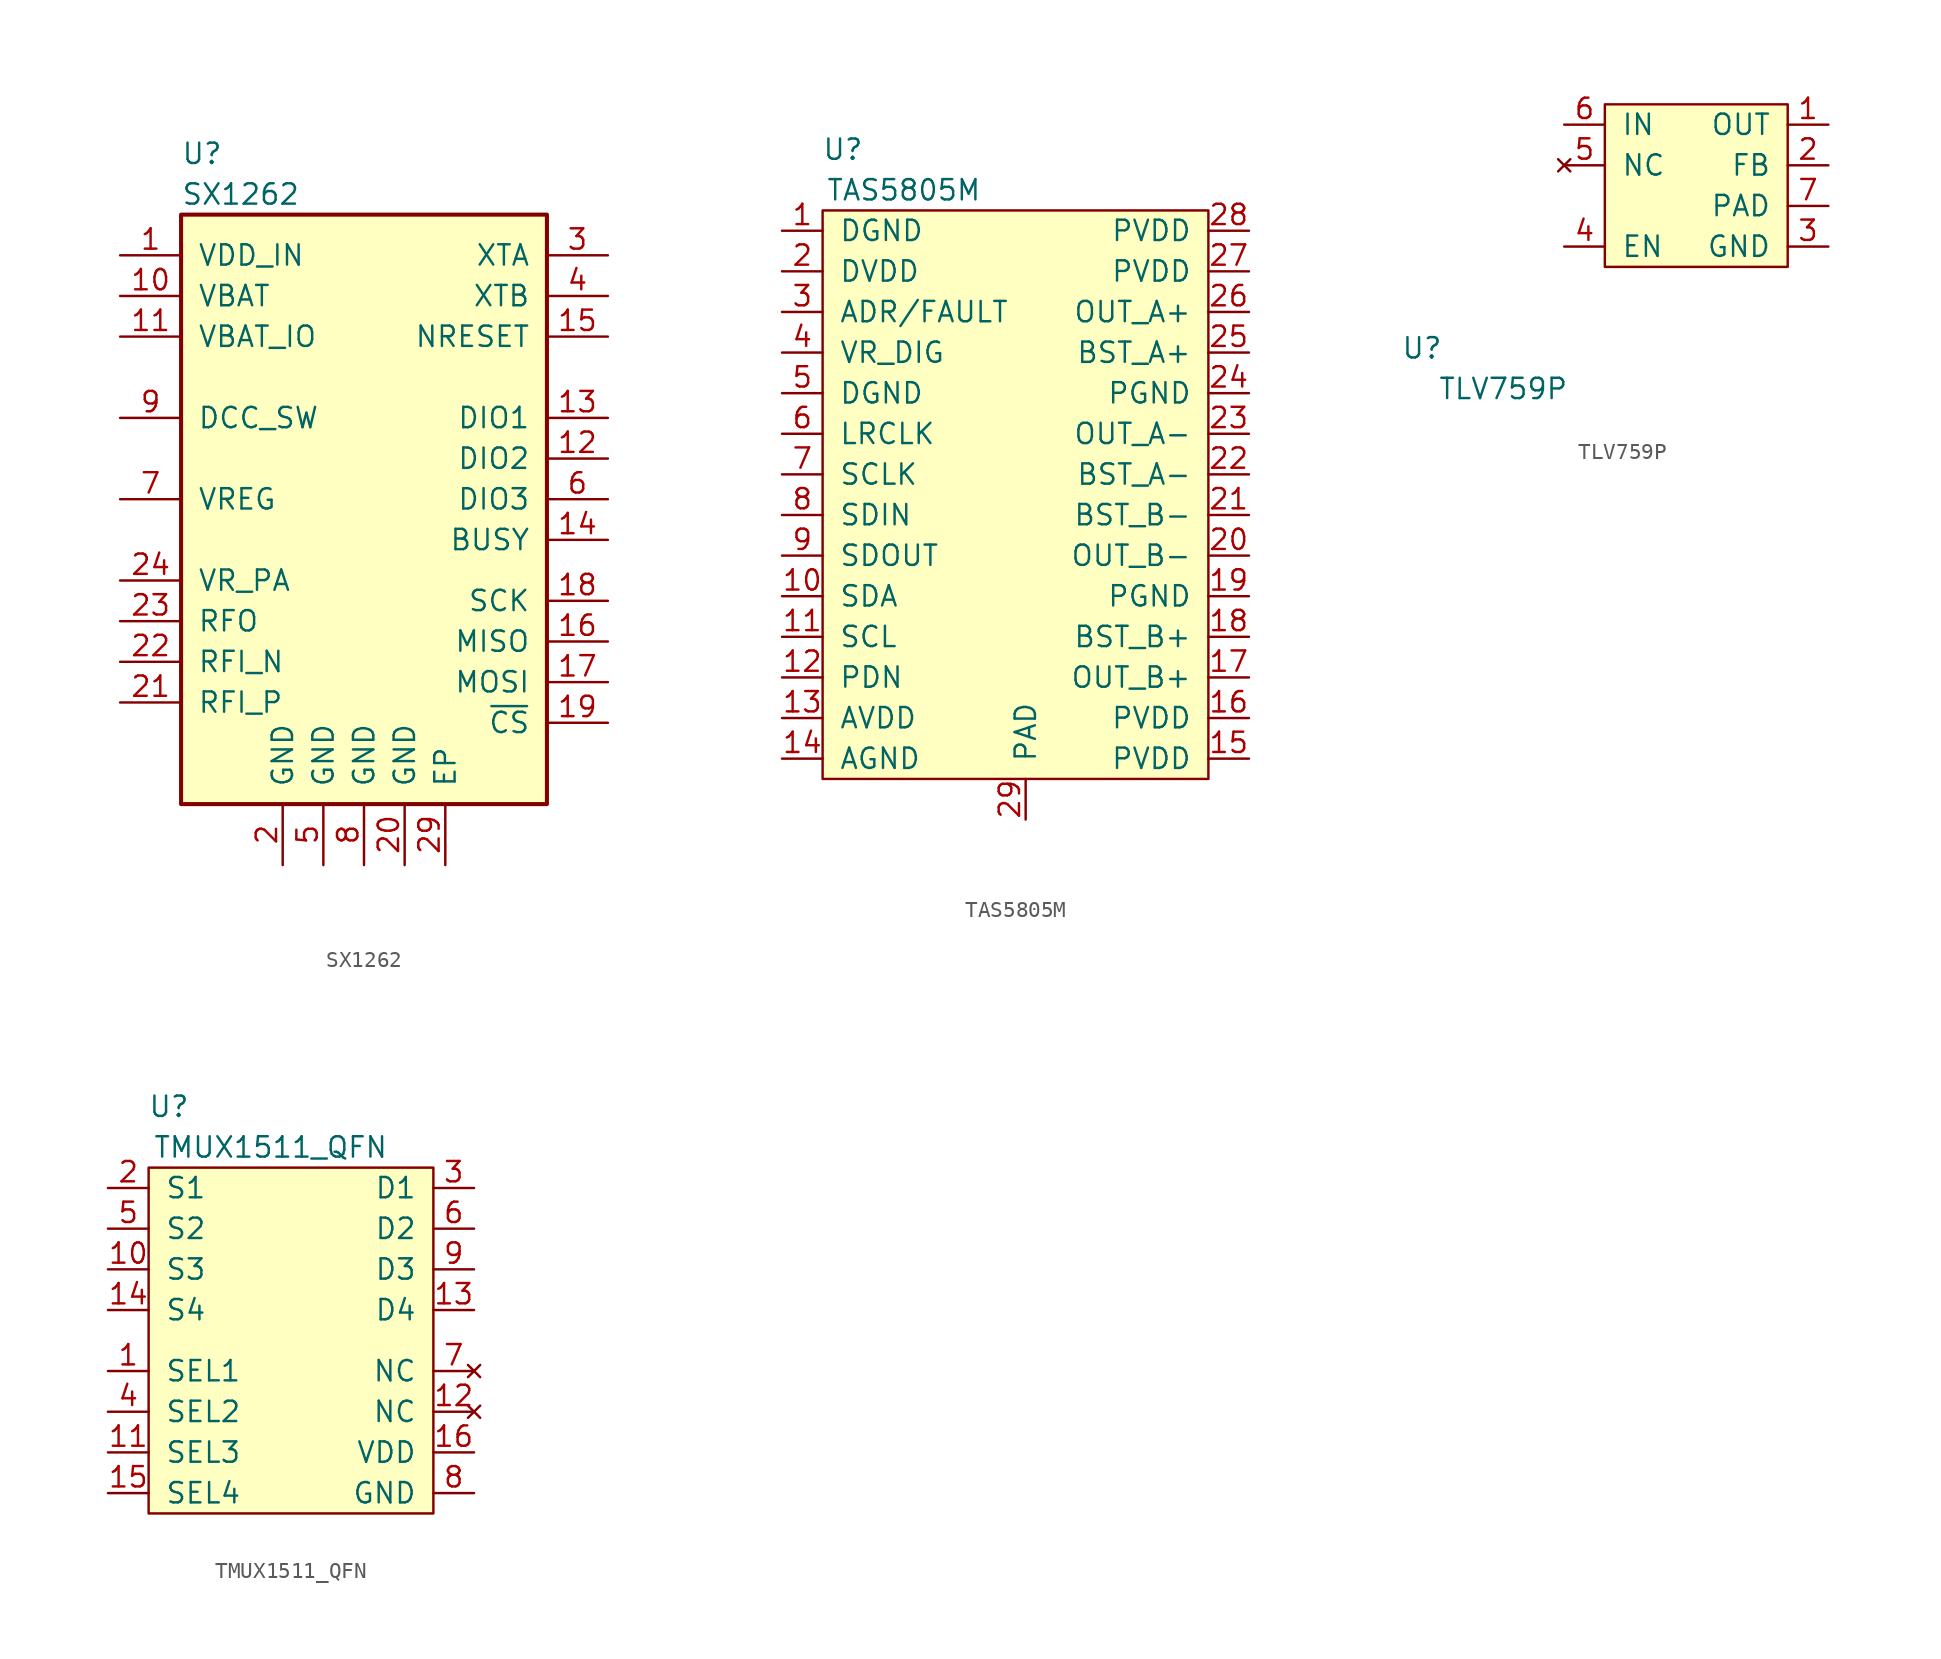
<source format=kicad_sym>
(kicad_symbol_lib
  (version 20211014)
  (generator kicad_symbol_editor)
  (symbol "SX1262"
    (pin_names
      (offset 1.016))
    (property "Reference" "U"
      (at -11.43 16.51 0)
      (effects (font (size 1.27 1.27)) (justify left)))
    (property "Value" "SX1262"
      (at -11.43 13.97 0)
      (effects (font (size 1.27 1.27)) (justify left)))
    (symbol "SX1262_0_1"
      (rectangle (start -11.43 12.7) (end 11.43 -24.13) (stroke (width 0.254) (type default) (color 0 0 0 0)) (fill (type background))))
    (symbol "SX1262_1_1"
      (pin power_in line (at -15.24 10.16 0) (length 3.81) (name "VDD_IN" (effects (font (size 1.27 1.27)))) (number "1" (effects (font (size 1.27 1.27)))))
      (pin power_in line (at -15.24 7.62 0) (length 3.81) (name "VBAT" (effects (font (size 1.27 1.27)))) (number "10" (effects (font (size 1.27 1.27)))))
      (pin power_in line (at -15.24 5.08 0) (length 3.81) (name "VBAT_IO" (effects (font (size 1.27 1.27)))) (number "11" (effects (font (size 1.27 1.27)))))
      (pin bidirectional line (at 15.24 -2.54 180) (length 3.81) (name "DIO2" (effects (font (size 1.27 1.27)))) (number "12" (effects (font (size 1.27 1.27)))))
      (pin bidirectional line (at 15.24 0 180) (length 3.81) (name "DIO1" (effects (font (size 1.27 1.27)))) (number "13" (effects (font (size 1.27 1.27)))))
      (pin bidirectional line (at 15.24 -7.62 180) (length 3.81) (name "BUSY" (effects (font (size 1.27 1.27)))) (number "14" (effects (font (size 1.27 1.27)))))
      (pin input line (at 15.24 5.08 180) (length 3.81) (name "NRESET" (effects (font (size 1.27 1.27)))) (number "15" (effects (font (size 1.27 1.27)))))
      (pin output line (at 15.24 -13.97 180) (length 3.81) (name "MISO" (effects (font (size 1.27 1.27)))) (number "16" (effects (font (size 1.27 1.27)))))
      (pin input line (at 15.24 -16.51 180) (length 3.81) (name "MOSI" (effects (font (size 1.27 1.27)))) (number "17" (effects (font (size 1.27 1.27)))))
      (pin input line (at 15.24 -11.43 180) (length 3.81) (name "SCK" (effects (font (size 1.27 1.27)))) (number "18" (effects (font (size 1.27 1.27)))))
      (pin input line (at 15.24 -19.05 180) (length 3.81) (name "~{CS}" (effects (font (size 1.27 1.27)))) (number "19" (effects (font (size 1.27 1.27)))))
      (pin power_in line (at -5.08 -27.94 90) (length 3.81) (name "GND" (effects (font (size 1.27 1.27)))) (number "2" (effects (font (size 1.27 1.27)))))
      (pin passive line (at 2.54 -27.94 90) (length 3.81) (name "GND" (effects (font (size 1.27 1.27)))) (number "20" (effects (font (size 1.27 1.27)))))
      (pin input line (at -15.24 -17.78 0) (length 3.81) (name "RFI_P" (effects (font (size 1.27 1.27)))) (number "21" (effects (font (size 1.27 1.27)))))
      (pin input line (at -15.24 -15.24 0) (length 3.81) (name "RFI_N" (effects (font (size 1.27 1.27)))) (number "22" (effects (font (size 1.27 1.27)))))
      (pin input line (at -15.24 -12.7 0) (length 3.81) (name "RFO" (effects (font (size 1.27 1.27)))) (number "23" (effects (font (size 1.27 1.27)))))
      (pin power_in line (at -15.24 -10.16 0) (length 3.81) (name "VR_PA" (effects (font (size 1.27 1.27)))) (number "24" (effects (font (size 1.27 1.27)))))
      (pin power_in line (at 5.08 -27.94 90) (length 3.81) (name "EP" (effects (font (size 1.27 1.27)))) (number "29" (effects (font (size 1.27 1.27)))))
      (pin bidirectional line (at 15.24 10.16 180) (length 3.81) (name "XTA" (effects (font (size 1.27 1.27)))) (number "3" (effects (font (size 1.27 1.27)))))
      (pin bidirectional line (at 15.24 7.62 180) (length 3.81) (name "XTB" (effects (font (size 1.27 1.27)))) (number "4" (effects (font (size 1.27 1.27)))))
      (pin passive line (at -2.54 -27.94 90) (length 3.81) (name "GND" (effects (font (size 1.27 1.27)))) (number "5" (effects (font (size 1.27 1.27)))))
      (pin bidirectional line (at 15.24 -5.08 180) (length 3.81) (name "DIO3" (effects (font (size 1.27 1.27)))) (number "6" (effects (font (size 1.27 1.27)))))
      (pin power_in line (at -15.24 -5.08 0) (length 3.81) (name "VREG" (effects (font (size 1.27 1.27)))) (number "7" (effects (font (size 1.27 1.27)))))
      (pin passive line (at 0 -27.94 90) (length 3.81) (name "GND" (effects (font (size 1.27 1.27)))) (number "8" (effects (font (size 1.27 1.27)))))
      (pin power_in line (at -15.24 0 0) (length 3.81) (name "DCC_SW" (effects (font (size 1.27 1.27)))) (number "9" (effects (font (size 1.27 1.27)))))))
  (symbol "TAS5805M"
    (pin_names
      (offset 1.016))
    (property "Reference" "U"
      (at 1.27 39.37 0)
      (effects (font (size 1.27 1.27))))
    (property "Value" "TAS5805M"
      (at 5.08 36.83 0)
      (effects (font (size 1.27 1.27))))
    (symbol "TAS5805M_0_1"
      (rectangle (start 0 0) (end 24.13 35.56) (stroke (width 0) (type default) (color 0 0 0 0)) (fill (type background))))
    (symbol "TAS5805M_1_1"
      (pin input line (at -2.54 34.29 0) (length 2.54) (name "DGND" (effects (font (size 1.27 1.27)))) (number "1" (effects (font (size 1.27 1.27)))))
      (pin input line (at -2.54 11.43 0) (length 2.54) (name "SDA" (effects (font (size 1.27 1.27)))) (number "10" (effects (font (size 1.27 1.27)))))
      (pin input line (at -2.54 8.89 0) (length 2.54) (name "SCL" (effects (font (size 1.27 1.27)))) (number "11" (effects (font (size 1.27 1.27)))))
      (pin input line (at -2.54 6.35 0) (length 2.54) (name "PDN" (effects (font (size 1.27 1.27)))) (number "12" (effects (font (size 1.27 1.27)))))
      (pin input line (at -2.54 3.81 0) (length 2.54) (name "AVDD" (effects (font (size 1.27 1.27)))) (number "13" (effects (font (size 1.27 1.27)))))
      (pin input line (at -2.54 1.27 0) (length 2.54) (name "AGND" (effects (font (size 1.27 1.27)))) (number "14" (effects (font (size 1.27 1.27)))))
      (pin input line (at 26.67 1.27 180) (length 2.54) (name "PVDD" (effects (font (size 1.27 1.27)))) (number "15" (effects (font (size 1.27 1.27)))))
      (pin input line (at 26.67 3.81 180) (length 2.54) (name "PVDD" (effects (font (size 1.27 1.27)))) (number "16" (effects (font (size 1.27 1.27)))))
      (pin input line (at 26.67 6.35 180) (length 2.54) (name "OUT_B+" (effects (font (size 1.27 1.27)))) (number "17" (effects (font (size 1.27 1.27)))))
      (pin input line (at 26.67 8.89 180) (length 2.54) (name "BST_B+" (effects (font (size 1.27 1.27)))) (number "18" (effects (font (size 1.27 1.27)))))
      (pin input line (at 26.67 11.43 180) (length 2.54) (name "PGND" (effects (font (size 1.27 1.27)))) (number "19" (effects (font (size 1.27 1.27)))))
      (pin input line (at -2.54 31.75 0) (length 2.54) (name "DVDD" (effects (font (size 1.27 1.27)))) (number "2" (effects (font (size 1.27 1.27)))))
      (pin input line (at 26.67 13.97 180) (length 2.54) (name "OUT_B-" (effects (font (size 1.27 1.27)))) (number "20" (effects (font (size 1.27 1.27)))))
      (pin input line (at 26.67 16.51 180) (length 2.54) (name "BST_B-" (effects (font (size 1.27 1.27)))) (number "21" (effects (font (size 1.27 1.27)))))
      (pin input line (at 26.67 19.05 180) (length 2.54) (name "BST_A-" (effects (font (size 1.27 1.27)))) (number "22" (effects (font (size 1.27 1.27)))))
      (pin input line (at 26.67 21.59 180) (length 2.54) (name "OUT_A-" (effects (font (size 1.27 1.27)))) (number "23" (effects (font (size 1.27 1.27)))))
      (pin input line (at 26.67 24.13 180) (length 2.54) (name "PGND" (effects (font (size 1.27 1.27)))) (number "24" (effects (font (size 1.27 1.27)))))
      (pin input line (at 26.67 26.67 180) (length 2.54) (name "BST_A+" (effects (font (size 1.27 1.27)))) (number "25" (effects (font (size 1.27 1.27)))))
      (pin input line (at 26.67 29.21 180) (length 2.54) (name "OUT_A+" (effects (font (size 1.27 1.27)))) (number "26" (effects (font (size 1.27 1.27)))))
      (pin input line (at 26.67 31.75 180) (length 2.54) (name "PVDD" (effects (font (size 1.27 1.27)))) (number "27" (effects (font (size 1.27 1.27)))))
      (pin input line (at 26.67 34.29 180) (length 2.54) (name "PVDD" (effects (font (size 1.27 1.27)))) (number "28" (effects (font (size 1.27 1.27)))))
      (pin input line (at 12.7 -2.54 90) (length 2.54) (name "PAD" (effects (font (size 1.27 1.27)))) (number "29" (effects (font (size 1.27 1.27)))))
      (pin input line (at -2.54 29.21 0) (length 2.54) (name "ADR/FAULT" (effects (font (size 1.27 1.27)))) (number "3" (effects (font (size 1.27 1.27)))))
      (pin input line (at -2.54 26.67 0) (length 2.54) (name "VR_DIG" (effects (font (size 1.27 1.27)))) (number "4" (effects (font (size 1.27 1.27)))))
      (pin input line (at -2.54 24.13 0) (length 2.54) (name "DGND" (effects (font (size 1.27 1.27)))) (number "5" (effects (font (size 1.27 1.27)))))
      (pin input line (at -2.54 21.59 0) (length 2.54) (name "LRCLK" (effects (font (size 1.27 1.27)))) (number "6" (effects (font (size 1.27 1.27)))))
      (pin input line (at -2.54 19.05 0) (length 2.54) (name "SCLK" (effects (font (size 1.27 1.27)))) (number "7" (effects (font (size 1.27 1.27)))))
      (pin input line (at -2.54 16.51 0) (length 2.54) (name "SDIN" (effects (font (size 1.27 1.27)))) (number "8" (effects (font (size 1.27 1.27)))))
      (pin input line (at -2.54 13.97 0) (length 2.54) (name "SDOUT" (effects (font (size 1.27 1.27)))) (number "9" (effects (font (size 1.27 1.27)))))))
  (symbol "TLV759P"
    (pin_names
      (offset 1.016))
    (property "Reference" "U"
      (at -11.43 -5.08 0)
      (effects (font (size 1.27 1.27))))
    (property "Value" "TLV759P"
      (at -6.35 -7.62 0)
      (effects (font (size 1.27 1.27))))
    (symbol "TLV759P_0_1"
      (rectangle (start 0 0) (end 11.43 10.16) (stroke (width 0) (type default) (color 0 0 0 0)) (fill (type background))))
    (symbol "TLV759P_1_1"
      (pin power_in line (at 13.97 8.89 180) (length 2.54) (name "OUT" (effects (font (size 1.27 1.27)))) (number "1" (effects (font (size 1.27 1.27)))))
      (pin input line (at 13.97 6.35 180) (length 2.54) (name "FB" (effects (font (size 1.27 1.27)))) (number "2" (effects (font (size 1.27 1.27)))))
      (pin power_in line (at 13.97 1.27 180) (length 2.54) (name "GND" (effects (font (size 1.27 1.27)))) (number "3" (effects (font (size 1.27 1.27)))))
      (pin input line (at -2.54 1.27 0) (length 2.54) (name "EN" (effects (font (size 1.27 1.27)))) (number "4" (effects (font (size 1.27 1.27)))))
      (pin no_connect line (at -2.54 6.35 0) (length 2.54) (name "NC" (effects (font (size 1.27 1.27)))) (number "5" (effects (font (size 1.27 1.27)))))
      (pin power_in line (at -2.54 8.89 0) (length 2.54) (name "IN" (effects (font (size 1.27 1.27)))) (number "6" (effects (font (size 1.27 1.27)))))
      (pin power_in line (at 13.97 3.81 180) (length 2.54) (name "PAD" (effects (font (size 1.27 1.27)))) (number "7" (effects (font (size 1.27 1.27)))))))
  (symbol "TMUX1511_QFN"
    (pin_names
      (offset 1.016))
    (property "Reference" "U"
      (at 1.27 25.4 0)
      (effects (font (size 1.27 1.27))))
    (property "Value" "TMUX1511_QFN"
      (at 7.62 22.86 0)
      (effects (font (size 1.27 1.27))))
    (symbol "TMUX1511_QFN_0_1"
      (rectangle (start 0 0) (end 17.78 21.59) (stroke (width 0) (type default) (color 0 0 0 0)) (fill (type background))))
    (symbol "TMUX1511_QFN_1_1"
      (pin input line (at -2.54 8.89 0) (length 2.54) (name "SEL1" (effects (font (size 1.27 1.27)))) (number "1" (effects (font (size 1.27 1.27)))))
      (pin input line (at -2.54 15.24 0) (length 2.54) (name "S3" (effects (font (size 1.27 1.27)))) (number "10" (effects (font (size 1.27 1.27)))))
      (pin input line (at -2.54 3.81 0) (length 2.54) (name "SEL3" (effects (font (size 1.27 1.27)))) (number "11" (effects (font (size 1.27 1.27)))))
      (pin no_connect line (at 20.32 6.35 180) (length 2.54) (name "NC" (effects (font (size 1.27 1.27)))) (number "12" (effects (font (size 1.27 1.27)))))
      (pin input line (at 20.32 12.7 180) (length 2.54) (name "D4" (effects (font (size 1.27 1.27)))) (number "13" (effects (font (size 1.27 1.27)))))
      (pin input line (at -2.54 12.7 0) (length 2.54) (name "S4" (effects (font (size 1.27 1.27)))) (number "14" (effects (font (size 1.27 1.27)))))
      (pin input line (at -2.54 1.27 0) (length 2.54) (name "SEL4" (effects (font (size 1.27 1.27)))) (number "15" (effects (font (size 1.27 1.27)))))
      (pin input line (at 20.32 3.81 180) (length 2.54) (name "VDD" (effects (font (size 1.27 1.27)))) (number "16" (effects (font (size 1.27 1.27)))))
      (pin input line (at -2.54 20.32 0) (length 2.54) (name "S1" (effects (font (size 1.27 1.27)))) (number "2" (effects (font (size 1.27 1.27)))))
      (pin input line (at 20.32 20.32 180) (length 2.54) (name "D1" (effects (font (size 1.27 1.27)))) (number "3" (effects (font (size 1.27 1.27)))))
      (pin input line (at -2.54 6.35 0) (length 2.54) (name "SEL2" (effects (font (size 1.27 1.27)))) (number "4" (effects (font (size 1.27 1.27)))))
      (pin input line (at -2.54 17.78 0) (length 2.54) (name "S2" (effects (font (size 1.27 1.27)))) (number "5" (effects (font (size 1.27 1.27)))))
      (pin input line (at 20.32 17.78 180) (length 2.54) (name "D2" (effects (font (size 1.27 1.27)))) (number "6" (effects (font (size 1.27 1.27)))))
      (pin no_connect line (at 20.32 8.89 180) (length 2.54) (name "NC" (effects (font (size 1.27 1.27)))) (number "7" (effects (font (size 1.27 1.27)))))
      (pin input line (at 20.32 1.27 180) (length 2.54) (name "GND" (effects (font (size 1.27 1.27)))) (number "8" (effects (font (size 1.27 1.27)))))
      (pin input line (at 20.32 15.24 180) (length 2.54) (name "D3" (effects (font (size 1.27 1.27)))) (number "9" (effects (font (size 1.27 1.27))))))))
</source>
